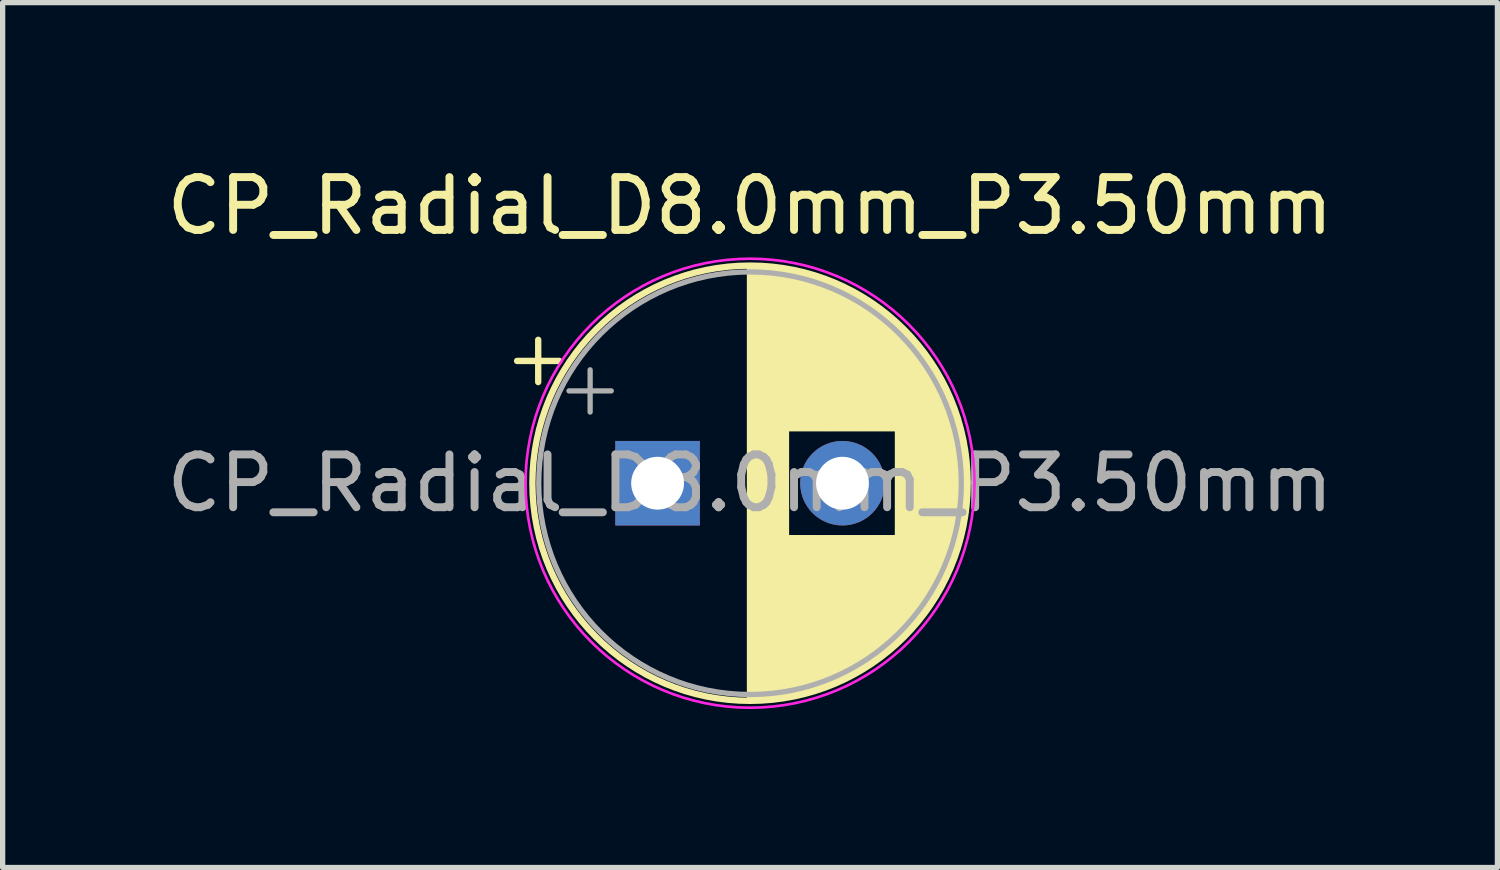
<source format=kicad_pcb>
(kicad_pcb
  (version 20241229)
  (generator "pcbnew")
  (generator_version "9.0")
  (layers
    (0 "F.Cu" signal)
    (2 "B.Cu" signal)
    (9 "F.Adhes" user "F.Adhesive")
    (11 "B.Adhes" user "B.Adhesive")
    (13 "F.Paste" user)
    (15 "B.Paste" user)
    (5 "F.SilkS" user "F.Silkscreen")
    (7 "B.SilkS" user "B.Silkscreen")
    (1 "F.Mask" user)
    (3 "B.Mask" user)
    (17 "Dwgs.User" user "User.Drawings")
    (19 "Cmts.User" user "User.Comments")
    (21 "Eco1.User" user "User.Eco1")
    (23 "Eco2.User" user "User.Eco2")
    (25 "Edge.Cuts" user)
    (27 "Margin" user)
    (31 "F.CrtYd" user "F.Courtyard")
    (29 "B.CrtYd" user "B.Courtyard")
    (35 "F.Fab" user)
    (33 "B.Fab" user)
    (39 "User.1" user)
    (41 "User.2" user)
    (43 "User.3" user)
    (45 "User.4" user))
  (footprint "CP_Radial_D8.0mm_P3.50mm"
    (layer "F.Cu")
    (at 9.399 6.098)
    (property "Reference" "CP_Radial_D8.0mm_P3.50mm" (at 1.75 -5.25 0) (layer "F.SilkS") (effects (font (size 1 1) (thickness 0.15))))
    (attr through_hole)
    (fp_line (start -2.66 -2.315) (end -1.86 -2.315) (stroke (width 0.12) (type solid)) (layer "F.SilkS"))
    (fp_line (start -2.26 -2.715) (end -2.26 -1.915) (stroke (width 0.12) (type solid)) (layer "F.SilkS"))
    (fp_line (start 1.75 -4.08) (end 1.75 4.08) (stroke (width 0.12) (type solid)) (layer "F.SilkS"))
    (fp_line (start 1.79 -4.08) (end 1.79 4.08) (stroke (width 0.12) (type solid)) (layer "F.SilkS"))
    (fp_line (start 1.83 -4.08) (end 1.83 4.08) (stroke (width 0.12) (type solid)) (layer "F.SilkS"))
    (fp_line (start 1.87 -4.079) (end 1.87 4.079) (stroke (width 0.12) (type solid)) (layer "F.SilkS"))
    (fp_line (start 1.91 -4.077) (end 1.91 4.077) (stroke (width 0.12) (type solid)) (layer "F.SilkS"))
    (fp_line (start 1.95 -4.076) (end 1.95 4.076) (stroke (width 0.12) (type solid)) (layer "F.SilkS"))
    (fp_line (start 1.99 -4.074) (end 1.99 4.074) (stroke (width 0.12) (type solid)) (layer "F.SilkS"))
    (fp_line (start 2.03 -4.071) (end 2.03 4.071) (stroke (width 0.12) (type solid)) (layer "F.SilkS"))
    (fp_line (start 2.07 -4.068) (end 2.07 4.068) (stroke (width 0.12) (type solid)) (layer "F.SilkS"))
    (fp_line (start 2.11 -4.065) (end 2.11 4.065) (stroke (width 0.12) (type solid)) (layer "F.SilkS"))
    (fp_line (start 2.15 -4.061) (end 2.15 4.061) (stroke (width 0.12) (type solid)) (layer "F.SilkS"))
    (fp_line (start 2.19 -4.057) (end 2.19 4.057) (stroke (width 0.12) (type solid)) (layer "F.SilkS"))
    (fp_line (start 2.23 -4.052) (end 2.23 4.052) (stroke (width 0.12) (type solid)) (layer "F.SilkS"))
    (fp_line (start 2.27 -4.048) (end 2.27 4.048) (stroke (width 0.12) (type solid)) (layer "F.SilkS"))
    (fp_line (start 2.31 -4.042) (end 2.31 4.042) (stroke (width 0.12) (type solid)) (layer "F.SilkS"))
    (fp_line (start 2.35 -4.037) (end 2.35 4.037) (stroke (width 0.12) (type solid)) (layer "F.SilkS"))
    (fp_line (start 2.39 -4.03) (end 2.39 4.03) (stroke (width 0.12) (type solid)) (layer "F.SilkS"))
    (fp_line (start 2.43 -4.024) (end 2.43 4.024) (stroke (width 0.12) (type solid)) (layer "F.SilkS"))
    (fp_line (start 2.471 -4.017) (end 2.471 -1.04) (stroke (width 0.12) (type solid)) (layer "F.SilkS"))
    (fp_line (start 2.471 1.04) (end 2.471 4.017) (stroke (width 0.12) (type solid)) (layer "F.SilkS"))
    (fp_line (start 2.511 -4.01) (end 2.511 -1.04) (stroke (width 0.12) (type solid)) (layer "F.SilkS"))
    (fp_line (start 2.511 1.04) (end 2.511 4.01) (stroke (width 0.12) (type solid)) (layer "F.SilkS"))
    (fp_line (start 2.551 -4.002) (end 2.551 -1.04) (stroke (width 0.12) (type solid)) (layer "F.SilkS"))
    (fp_line (start 2.551 1.04) (end 2.551 4.002) (stroke (width 0.12) (type solid)) (layer "F.SilkS"))
    (fp_line (start 2.591 -3.994) (end 2.591 -1.04) (stroke (width 0.12) (type solid)) (layer "F.SilkS"))
    (fp_line (start 2.591 1.04) (end 2.591 3.994) (stroke (width 0.12) (type solid)) (layer "F.SilkS"))
    (fp_line (start 2.631 -3.985) (end 2.631 -1.04) (stroke (width 0.12) (type solid)) (layer "F.SilkS"))
    (fp_line (start 2.631 1.04) (end 2.631 3.985) (stroke (width 0.12) (type solid)) (layer "F.SilkS"))
    (fp_line (start 2.671 -3.976) (end 2.671 -1.04) (stroke (width 0.12) (type solid)) (layer "F.SilkS"))
    (fp_line (start 2.671 1.04) (end 2.671 3.976) (stroke (width 0.12) (type solid)) (layer "F.SilkS"))
    (fp_line (start 2.711 -3.967) (end 2.711 -1.04) (stroke (width 0.12) (type solid)) (layer "F.SilkS"))
    (fp_line (start 2.711 1.04) (end 2.711 3.967) (stroke (width 0.12) (type solid)) (layer "F.SilkS"))
    (fp_line (start 2.751 -3.957) (end 2.751 -1.04) (stroke (width 0.12) (type solid)) (layer "F.SilkS"))
    (fp_line (start 2.751 1.04) (end 2.751 3.957) (stroke (width 0.12) (type solid)) (layer "F.SilkS"))
    (fp_line (start 2.791 -3.947) (end 2.791 -1.04) (stroke (width 0.12) (type solid)) (layer "F.SilkS"))
    (fp_line (start 2.791 1.04) (end 2.791 3.947) (stroke (width 0.12) (type solid)) (layer "F.SilkS"))
    (fp_line (start 2.831 -3.936) (end 2.831 -1.04) (stroke (width 0.12) (type solid)) (layer "F.SilkS"))
    (fp_line (start 2.831 1.04) (end 2.831 3.936) (stroke (width 0.12) (type solid)) (layer "F.SilkS"))
    (fp_line (start 2.871 -3.925) (end 2.871 -1.04) (stroke (width 0.12) (type solid)) (layer "F.SilkS"))
    (fp_line (start 2.871 1.04) (end 2.871 3.925) (stroke (width 0.12) (type solid)) (layer "F.SilkS"))
    (fp_line (start 2.911 -3.914) (end 2.911 -1.04) (stroke (width 0.12) (type solid)) (layer "F.SilkS"))
    (fp_line (start 2.911 1.04) (end 2.911 3.914) (stroke (width 0.12) (type solid)) (layer "F.SilkS"))
    (fp_line (start 2.951 -3.902) (end 2.951 -1.04) (stroke (width 0.12) (type solid)) (layer "F.SilkS"))
    (fp_line (start 2.951 1.04) (end 2.951 3.902) (stroke (width 0.12) (type solid)) (layer "F.SilkS"))
    (fp_line (start 2.991 -3.889) (end 2.991 -1.04) (stroke (width 0.12) (type solid)) (layer "F.SilkS"))
    (fp_line (start 2.991 1.04) (end 2.991 3.889) (stroke (width 0.12) (type solid)) (layer "F.SilkS"))
    (fp_line (start 3.031 -3.877) (end 3.031 -1.04) (stroke (width 0.12) (type solid)) (layer "F.SilkS"))
    (fp_line (start 3.031 1.04) (end 3.031 3.877) (stroke (width 0.12) (type solid)) (layer "F.SilkS"))
    (fp_line (start 3.071 -3.863) (end 3.071 -1.04) (stroke (width 0.12) (type solid)) (layer "F.SilkS"))
    (fp_line (start 3.071 1.04) (end 3.071 3.863) (stroke (width 0.12) (type solid)) (layer "F.SilkS"))
    (fp_line (start 3.111 -3.85) (end 3.111 -1.04) (stroke (width 0.12) (type solid)) (layer "F.SilkS"))
    (fp_line (start 3.111 1.04) (end 3.111 3.85) (stroke (width 0.12) (type solid)) (layer "F.SilkS"))
    (fp_line (start 3.151 -3.835) (end 3.151 -1.04) (stroke (width 0.12) (type solid)) (layer "F.SilkS"))
    (fp_line (start 3.151 1.04) (end 3.151 3.835) (stroke (width 0.12) (type solid)) (layer "F.SilkS"))
    (fp_line (start 3.191 -3.821) (end 3.191 -1.04) (stroke (width 0.12) (type solid)) (layer "F.SilkS"))
    (fp_line (start 3.191 1.04) (end 3.191 3.821) (stroke (width 0.12) (type solid)) (layer "F.SilkS"))
    (fp_line (start 3.231 -3.805) (end 3.231 -1.04) (stroke (width 0.12) (type solid)) (layer "F.SilkS"))
    (fp_line (start 3.231 1.04) (end 3.231 3.805) (stroke (width 0.12) (type solid)) (layer "F.SilkS"))
    (fp_line (start 3.271 -3.79) (end 3.271 -1.04) (stroke (width 0.12) (type solid)) (layer "F.SilkS"))
    (fp_line (start 3.271 1.04) (end 3.271 3.79) (stroke (width 0.12) (type solid)) (layer "F.SilkS"))
    (fp_line (start 3.311 -3.774) (end 3.311 -1.04) (stroke (width 0.12) (type solid)) (layer "F.SilkS"))
    (fp_line (start 3.311 1.04) (end 3.311 3.774) (stroke (width 0.12) (type solid)) (layer "F.SilkS"))
    (fp_line (start 3.351 -3.757) (end 3.351 -1.04) (stroke (width 0.12) (type solid)) (layer "F.SilkS"))
    (fp_line (start 3.351 1.04) (end 3.351 3.757) (stroke (width 0.12) (type solid)) (layer "F.SilkS"))
    (fp_line (start 3.391 -3.74) (end 3.391 -1.04) (stroke (width 0.12) (type solid)) (layer "F.SilkS"))
    (fp_line (start 3.391 1.04) (end 3.391 3.74) (stroke (width 0.12) (type solid)) (layer "F.SilkS"))
    (fp_line (start 3.431 -3.722) (end 3.431 -1.04) (stroke (width 0.12) (type solid)) (layer "F.SilkS"))
    (fp_line (start 3.431 1.04) (end 3.431 3.722) (stroke (width 0.12) (type solid)) (layer "F.SilkS"))
    (fp_line (start 3.471 -3.704) (end 3.471 -1.04) (stroke (width 0.12) (type solid)) (layer "F.SilkS"))
    (fp_line (start 3.471 1.04) (end 3.471 3.704) (stroke (width 0.12) (type solid)) (layer "F.SilkS"))
    (fp_line (start 3.511 -3.686) (end 3.511 -1.04) (stroke (width 0.12) (type solid)) (layer "F.SilkS"))
    (fp_line (start 3.511 1.04) (end 3.511 3.686) (stroke (width 0.12) (type solid)) (layer "F.SilkS"))
    (fp_line (start 3.551 -3.666) (end 3.551 -1.04) (stroke (width 0.12) (type solid)) (layer "F.SilkS"))
    (fp_line (start 3.551 1.04) (end 3.551 3.666) (stroke (width 0.12) (type solid)) (layer "F.SilkS"))
    (fp_line (start 3.591 -3.647) (end 3.591 -1.04) (stroke (width 0.12) (type solid)) (layer "F.SilkS"))
    (fp_line (start 3.591 1.04) (end 3.591 3.647) (stroke (width 0.12) (type solid)) (layer "F.SilkS"))
    (fp_line (start 3.631 -3.627) (end 3.631 -1.04) (stroke (width 0.12) (type solid)) (layer "F.SilkS"))
    (fp_line (start 3.631 1.04) (end 3.631 3.627) (stroke (width 0.12) (type solid)) (layer "F.SilkS"))
    (fp_line (start 3.671 -3.606) (end 3.671 -1.04) (stroke (width 0.12) (type solid)) (layer "F.SilkS"))
    (fp_line (start 3.671 1.04) (end 3.671 3.606) (stroke (width 0.12) (type solid)) (layer "F.SilkS"))
    (fp_line (start 3.711 -3.584) (end 3.711 -1.04) (stroke (width 0.12) (type solid)) (layer "F.SilkS"))
    (fp_line (start 3.711 1.04) (end 3.711 3.584) (stroke (width 0.12) (type solid)) (layer "F.SilkS"))
    (fp_line (start 3.751 -3.562) (end 3.751 -1.04) (stroke (width 0.12) (type solid)) (layer "F.SilkS"))
    (fp_line (start 3.751 1.04) (end 3.751 3.562) (stroke (width 0.12) (type solid)) (layer "F.SilkS"))
    (fp_line (start 3.791 -3.54) (end 3.791 -1.04) (stroke (width 0.12) (type solid)) (layer "F.SilkS"))
    (fp_line (start 3.791 1.04) (end 3.791 3.54) (stroke (width 0.12) (type solid)) (layer "F.SilkS"))
    (fp_line (start 3.831 -3.517) (end 3.831 -1.04) (stroke (width 0.12) (type solid)) (layer "F.SilkS"))
    (fp_line (start 3.831 1.04) (end 3.831 3.517) (stroke (width 0.12) (type solid)) (layer "F.SilkS"))
    (fp_line (start 3.871 -3.493) (end 3.871 -1.04) (stroke (width 0.12) (type solid)) (layer "F.SilkS"))
    (fp_line (start 3.871 1.04) (end 3.871 3.493) (stroke (width 0.12) (type solid)) (layer "F.SilkS"))
    (fp_line (start 3.911 -3.469) (end 3.911 -1.04) (stroke (width 0.12) (type solid)) (layer "F.SilkS"))
    (fp_line (start 3.911 1.04) (end 3.911 3.469) (stroke (width 0.12) (type solid)) (layer "F.SilkS"))
    (fp_line (start 3.951 -3.444) (end 3.951 -1.04) (stroke (width 0.12) (type solid)) (layer "F.SilkS"))
    (fp_line (start 3.951 1.04) (end 3.951 3.444) (stroke (width 0.12) (type solid)) (layer "F.SilkS"))
    (fp_line (start 3.991 -3.418) (end 3.991 -1.04) (stroke (width 0.12) (type solid)) (layer "F.SilkS"))
    (fp_line (start 3.991 1.04) (end 3.991 3.418) (stroke (width 0.12) (type solid)) (layer "F.SilkS"))
    (fp_line (start 4.031 -3.392) (end 4.031 -1.04) (stroke (width 0.12) (type solid)) (layer "F.SilkS"))
    (fp_line (start 4.031 1.04) (end 4.031 3.392) (stroke (width 0.12) (type solid)) (layer "F.SilkS"))
    (fp_line (start 4.071 -3.365) (end 4.071 -1.04) (stroke (width 0.12) (type solid)) (layer "F.SilkS"))
    (fp_line (start 4.071 1.04) (end 4.071 3.365) (stroke (width 0.12) (type solid)) (layer "F.SilkS"))
    (fp_line (start 4.111 -3.338) (end 4.111 -1.04) (stroke (width 0.12) (type solid)) (layer "F.SilkS"))
    (fp_line (start 4.111 1.04) (end 4.111 3.338) (stroke (width 0.12) (type solid)) (layer "F.SilkS"))
    (fp_line (start 4.151 -3.309) (end 4.151 -1.04) (stroke (width 0.12) (type solid)) (layer "F.SilkS"))
    (fp_line (start 4.151 1.04) (end 4.151 3.309) (stroke (width 0.12) (type solid)) (layer "F.SilkS"))
    (fp_line (start 4.191 -3.28) (end 4.191 -1.04) (stroke (width 0.12) (type solid)) (layer "F.SilkS"))
    (fp_line (start 4.191 1.04) (end 4.191 3.28) (stroke (width 0.12) (type solid)) (layer "F.SilkS"))
    (fp_line (start 4.231 -3.25) (end 4.231 -1.04) (stroke (width 0.12) (type solid)) (layer "F.SilkS"))
    (fp_line (start 4.231 1.04) (end 4.231 3.25) (stroke (width 0.12) (type solid)) (layer "F.SilkS"))
    (fp_line (start 4.271 -3.22) (end 4.271 -1.04) (stroke (width 0.12) (type solid)) (layer "F.SilkS"))
    (fp_line (start 4.271 1.04) (end 4.271 3.22) (stroke (width 0.12) (type solid)) (layer "F.SilkS"))
    (fp_line (start 4.311 -3.189) (end 4.311 -1.04) (stroke (width 0.12) (type solid)) (layer "F.SilkS"))
    (fp_line (start 4.311 1.04) (end 4.311 3.189) (stroke (width 0.12) (type solid)) (layer "F.SilkS"))
    (fp_line (start 4.351 -3.156) (end 4.351 -1.04) (stroke (width 0.12) (type solid)) (layer "F.SilkS"))
    (fp_line (start 4.351 1.04) (end 4.351 3.156) (stroke (width 0.12) (type solid)) (layer "F.SilkS"))
    (fp_line (start 4.391 -3.124) (end 4.391 -1.04) (stroke (width 0.12) (type solid)) (layer "F.SilkS"))
    (fp_line (start 4.391 1.04) (end 4.391 3.124) (stroke (width 0.12) (type solid)) (layer "F.SilkS"))
    (fp_line (start 4.431 -3.09) (end 4.431 -1.04) (stroke (width 0.12) (type solid)) (layer "F.SilkS"))
    (fp_line (start 4.431 1.04) (end 4.431 3.09) (stroke (width 0.12) (type solid)) (layer "F.SilkS"))
    (fp_line (start 4.471 -3.055) (end 4.471 -1.04) (stroke (width 0.12) (type solid)) (layer "F.SilkS"))
    (fp_line (start 4.471 1.04) (end 4.471 3.055) (stroke (width 0.12) (type solid)) (layer "F.SilkS"))
    (fp_line (start 4.511 -3.019) (end 4.511 -1.04) (stroke (width 0.12) (type solid)) (layer "F.SilkS"))
    (fp_line (start 4.511 1.04) (end 4.511 3.019) (stroke (width 0.12) (type solid)) (layer "F.SilkS"))
    (fp_line (start 4.551 -2.983) (end 4.551 2.983) (stroke (width 0.12) (type solid)) (layer "F.SilkS"))
    (fp_line (start 4.591 -2.945) (end 4.591 2.945) (stroke (width 0.12) (type solid)) (layer "F.SilkS"))
    (fp_line (start 4.631 -2.907) (end 4.631 2.907) (stroke (width 0.12) (type solid)) (layer "F.SilkS"))
    (fp_line (start 4.671 -2.867) (end 4.671 2.867) (stroke (width 0.12) (type solid)) (layer "F.SilkS"))
    (fp_line (start 4.711 -2.826) (end 4.711 2.826) (stroke (width 0.12) (type solid)) (layer "F.SilkS"))
    (fp_line (start 4.751 -2.784) (end 4.751 2.784) (stroke (width 0.12) (type solid)) (layer "F.SilkS"))
    (fp_line (start 4.791 -2.741) (end 4.791 2.741) (stroke (width 0.12) (type solid)) (layer "F.SilkS"))
    (fp_line (start 4.831 -2.697) (end 4.831 2.697) (stroke (width 0.12) (type solid)) (layer "F.SilkS"))
    (fp_line (start 4.871 -2.651) (end 4.871 2.651) (stroke (width 0.12) (type solid)) (layer "F.SilkS"))
    (fp_line (start 4.911 -2.604) (end 4.911 2.604) (stroke (width 0.12) (type solid)) (layer "F.SilkS"))
    (fp_line (start 4.951 -2.556) (end 4.951 2.556) (stroke (width 0.12) (type solid)) (layer "F.SilkS"))
    (fp_line (start 4.991 -2.505) (end 4.991 2.505) (stroke (width 0.12) (type solid)) (layer "F.SilkS"))
    (fp_line (start 5.031 -2.454) (end 5.031 2.454) (stroke (width 0.12) (type solid)) (layer "F.SilkS"))
    (fp_line (start 5.071 -2.4) (end 5.071 2.4) (stroke (width 0.12) (type solid)) (layer "F.SilkS"))
    (fp_line (start 5.111 -2.345) (end 5.111 2.345) (stroke (width 0.12) (type solid)) (layer "F.SilkS"))
    (fp_line (start 5.151 -2.287) (end 5.151 2.287) (stroke (width 0.12) (type solid)) (layer "F.SilkS"))
    (fp_line (start 5.191 -2.228) (end 5.191 2.228) (stroke (width 0.12) (type solid)) (layer "F.SilkS"))
    (fp_line (start 5.231 -2.166) (end 5.231 2.166) (stroke (width 0.12) (type solid)) (layer "F.SilkS"))
    (fp_line (start 5.271 -2.102) (end 5.271 2.102) (stroke (width 0.12) (type solid)) (layer "F.SilkS"))
    (fp_line (start 5.311 -2.034) (end 5.311 2.034) (stroke (width 0.12) (type solid)) (layer "F.SilkS"))
    (fp_line (start 5.351 -1.964) (end 5.351 1.964) (stroke (width 0.12) (type solid)) (layer "F.SilkS"))
    (fp_line (start 5.391 -1.89) (end 5.391 1.89) (stroke (width 0.12) (type solid)) (layer "F.SilkS"))
    (fp_line (start 5.431 -1.813) (end 5.431 1.813) (stroke (width 0.12) (type solid)) (layer "F.SilkS"))
    (fp_line (start 5.471 -1.731) (end 5.471 1.731) (stroke (width 0.12) (type solid)) (layer "F.SilkS"))
    (fp_line (start 5.511 -1.645) (end 5.511 1.645) (stroke (width 0.12) (type solid)) (layer "F.SilkS"))
    (fp_line (start 5.551 -1.552) (end 5.551 1.552) (stroke (width 0.12) (type solid)) (layer "F.SilkS"))
    (fp_line (start 5.591 -1.453) (end 5.591 1.453) (stroke (width 0.12) (type solid)) (layer "F.SilkS"))
    (fp_line (start 5.631 -1.346) (end 5.631 1.346) (stroke (width 0.12) (type solid)) (layer "F.SilkS"))
    (fp_line (start 5.671 -1.229) (end 5.671 1.229) (stroke (width 0.12) (type solid)) (layer "F.SilkS"))
    (fp_line (start 5.711 -1.098) (end 5.711 1.098) (stroke (width 0.12) (type solid)) (layer "F.SilkS"))
    (fp_line (start 5.751 -0.948) (end 5.751 0.948) (stroke (width 0.12) (type solid)) (layer "F.SilkS"))
    (fp_line (start 5.791 -0.768) (end 5.791 0.768) (stroke (width 0.12) (type solid)) (layer "F.SilkS"))
    (fp_line (start 5.831 -0.533) (end 5.831 0.533) (stroke (width 0.12) (type solid)) (layer "F.SilkS"))
    (fp_circle (center 1.75 0) (end 5.87 0) (stroke (width 0.12) (type solid)) (fill no) (layer "F.SilkS"))
    (fp_circle (center 1.75 0) (end 6 0) (stroke (width 0.05) (type solid)) (fill no) (layer "F.CrtYd"))
    (fp_line (start -1.677 -1.748) (end -0.877 -1.748) (stroke (width 0.1) (type solid)) (layer "F.Fab"))
    (fp_line (start -1.277 -2.147) (end -1.277 -1.347) (stroke (width 0.1) (type solid)) (layer "F.Fab"))
    (fp_circle (center 1.75 0) (end 5.75 0) (stroke (width 0.1) (type solid)) (fill no) (layer "F.Fab"))
    (fp_text user "${REFERENCE}" (at 1.75 0 0) (layer "F.Fab") (effects (font (size 1 1) (thickness 0.15))))
    (pad "1" thru_hole rect (at 0 0) (size 1.6 1.6) (drill 1) (layers "*.Cu" "*.Mask"))
    (pad "2" thru_hole circle (at 3.5 0) (size 1.6 1.6) (drill 1) (layers "*.Cu" "*.Mask")))
  (gr_rect
    (start -3 -3)
    (end 25.298 13.373)
    (stroke (width 0.1) (type default))
    (fill no)
    (layer "Edge.Cuts")))
</source>
